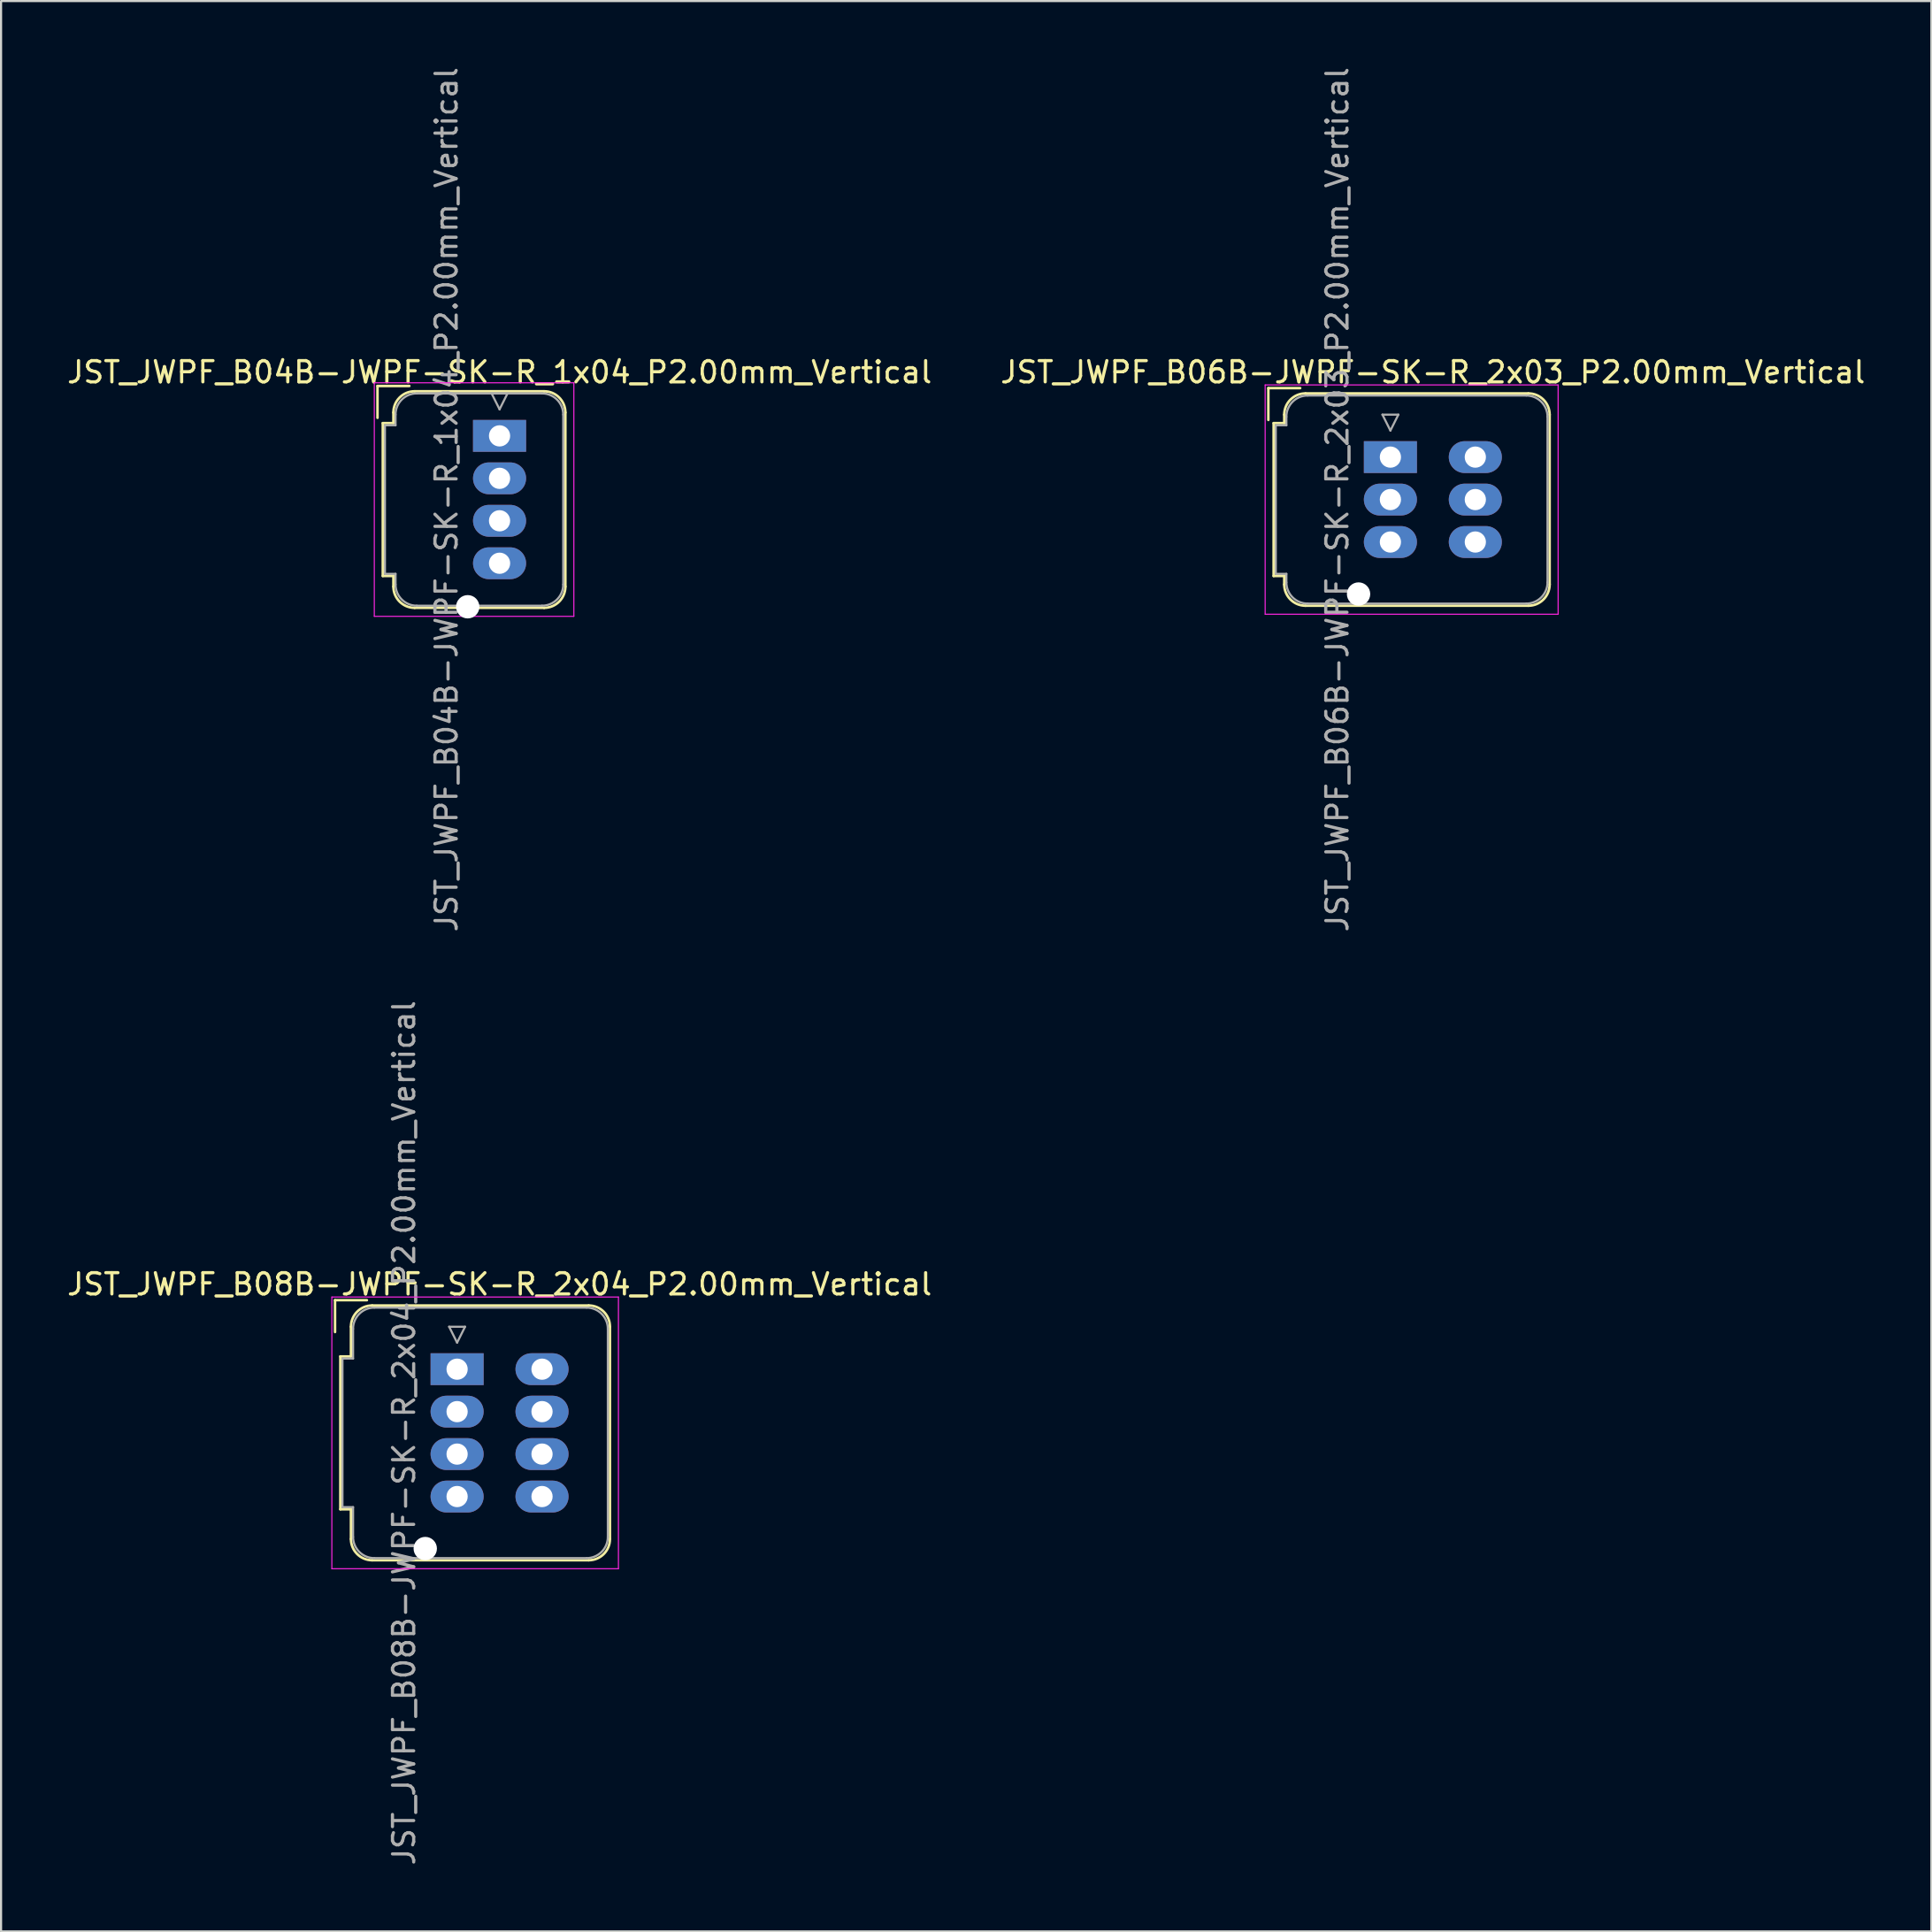
<source format=kicad_pcb>
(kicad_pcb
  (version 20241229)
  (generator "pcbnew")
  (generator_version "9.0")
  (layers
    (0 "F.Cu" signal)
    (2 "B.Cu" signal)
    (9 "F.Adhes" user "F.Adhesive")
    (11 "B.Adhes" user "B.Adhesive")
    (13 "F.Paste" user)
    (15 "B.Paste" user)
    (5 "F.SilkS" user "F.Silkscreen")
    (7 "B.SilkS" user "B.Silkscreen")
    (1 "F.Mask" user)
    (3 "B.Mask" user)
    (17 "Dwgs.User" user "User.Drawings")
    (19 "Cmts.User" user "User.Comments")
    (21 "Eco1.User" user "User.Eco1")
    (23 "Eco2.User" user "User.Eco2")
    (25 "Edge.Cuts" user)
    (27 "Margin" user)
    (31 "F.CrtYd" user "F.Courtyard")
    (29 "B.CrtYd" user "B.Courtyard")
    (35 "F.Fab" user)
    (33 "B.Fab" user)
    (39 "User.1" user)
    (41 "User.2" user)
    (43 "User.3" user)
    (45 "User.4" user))
  (footprint "JST_JWPF_B08B-JWPF-SK-R_2x04_P2.00mm_Vertical"
    (layer "F.Cu")
    (at 18.482 61.446)
    (property "Reference" "JST_JWPF_B08B-JWPF-SK-R_2x04_P2.00mm_Vertical" (at 2 -4 0) (layer "F.SilkS") (effects (font (size 1 1) (thickness 0.15))))
    (attr through_hole)
    (fp_line (start -5.75 -3.25) (end -4.25 -3.25) (stroke (width 0.12) (type solid)) (layer "F.SilkS"))
    (fp_line (start -5.75 -1.75) (end -5.75 -3.25) (stroke (width 0.12) (type solid)) (layer "F.SilkS"))
    (fp_line (start -5.5 -0.6) (end -5.5 6.6) (stroke (width 0.12) (type solid)) (layer "F.SilkS"))
    (fp_line (start -5.5 6.6) (end -5 6.6) (stroke (width 0.12) (type solid)) (layer "F.SilkS"))
    (fp_line (start -5 -2) (end -5 -0.6) (stroke (width 0.12) (type solid)) (layer "F.SilkS"))
    (fp_line (start -5 -0.6) (end -5.5 -0.6) (stroke (width 0.12) (type solid)) (layer "F.SilkS"))
    (fp_line (start -5 6.6) (end -5 8) (stroke (width 0.12) (type solid)) (layer "F.SilkS"))
    (fp_line (start -4 -3) (end 6.2 -3) (stroke (width 0.12) (type solid)) (layer "F.SilkS"))
    (fp_line (start -4 9) (end 6.2 9) (stroke (width 0.12) (type solid)) (layer "F.SilkS"))
    (fp_line (start 7.2 -2) (end 7.2 8) (stroke (width 0.12) (type solid)) (layer "F.SilkS"))
    (fp_arc (start -5 -2) (mid -4.707107 -2.707107) (end -4 -3) (stroke (width 0.12) (type solid)) (layer "F.SilkS"))
    (fp_arc (start -4 9) (mid -4.707107 8.707107) (end -5 8) (stroke (width 0.12) (type solid)) (layer "F.SilkS"))
    (fp_arc (start 6.2 -3) (mid 6.907107 -2.707107) (end 7.2 -2) (stroke (width 0.12) (type solid)) (layer "F.SilkS"))
    (fp_arc (start 7.2 8) (mid 6.907107 8.707107) (end 6.2 9) (stroke (width 0.12) (type solid)) (layer "F.SilkS"))
    (fp_line (start -5.9 -3.4) (end -5.9 9.4) (stroke (width 0.05) (type solid)) (layer "F.CrtYd"))
    (fp_line (start -5.9 9.4) (end 7.6 9.4) (stroke (width 0.05) (type solid)) (layer "F.CrtYd"))
    (fp_line (start 7.6 -3.4) (end -5.9 -3.4) (stroke (width 0.05) (type solid)) (layer "F.CrtYd"))
    (fp_line (start 7.6 9.4) (end 7.6 -3.4) (stroke (width 0.05) (type solid)) (layer "F.CrtYd"))
    (fp_line (start -5.4 -0.5) (end -5.4 6.5) (stroke (width 0.1) (type solid)) (layer "F.Fab"))
    (fp_line (start -5.4 6.5) (end -4.9 6.5) (stroke (width 0.1) (type solid)) (layer "F.Fab"))
    (fp_line (start -4.9 -1.9) (end -4.9 -0.5) (stroke (width 0.1) (type solid)) (layer "F.Fab"))
    (fp_line (start -4.9 -0.5) (end -5.4 -0.5) (stroke (width 0.1) (type solid)) (layer "F.Fab"))
    (fp_line (start -4.9 6.5) (end -4.9 7.9) (stroke (width 0.1) (type solid)) (layer "F.Fab"))
    (fp_line (start -3.9 -2.9) (end 6.1 -2.9) (stroke (width 0.1) (type solid)) (layer "F.Fab"))
    (fp_line (start -3.9 8.9) (end 6.1 8.9) (stroke (width 0.1) (type solid)) (layer "F.Fab"))
    (fp_line (start -0.375 -2) (end 0.375 -2) (stroke (width 0.1) (type solid)) (layer "F.Fab"))
    (fp_line (start 0 -1.25) (end -0.375 -2) (stroke (width 0.1) (type solid)) (layer "F.Fab"))
    (fp_line (start 0.375 -2) (end 0 -1.25) (stroke (width 0.1) (type solid)) (layer "F.Fab"))
    (fp_line (start 7.1 -1.9) (end 7.1 7.9) (stroke (width 0.1) (type solid)) (layer "F.Fab"))
    (fp_arc (start -4.9 -1.9) (mid -4.607107 -2.607107) (end -3.9 -2.9) (stroke (width 0.1) (type solid)) (layer "F.Fab"))
    (fp_arc (start -3.9 8.9) (mid -4.607107 8.607107) (end -4.9 7.9) (stroke (width 0.1) (type solid)) (layer "F.Fab"))
    (fp_arc (start 6.1 -2.9) (mid 6.807107 -2.607107) (end 7.1 -1.9) (stroke (width 0.1) (type solid)) (layer "F.Fab"))
    (fp_arc (start 7.1 7.9) (mid 6.807107 8.607107) (end 6.1 8.9) (stroke (width 0.1) (type solid)) (layer "F.Fab"))
    (fp_text user "${REFERENCE}" (at -2.5 3 90) (layer "F.Fab") (effects (font (size 1 1) (thickness 0.15))))
    (pad "" np_thru_hole circle (at -1.5 8.45) (size 1.1 1.1) (drill 1.1) (layers "*.Cu" "*.Mask"))
    (pad "1" thru_hole rect (at 0 0) (size 2.5 1.5) (drill 1) (layers "*.Cu" "*.Mask"))
    (pad "2" thru_hole oval (at 0 2) (size 2.5 1.5) (drill 1) (layers "*.Cu" "*.Mask"))
    (pad "3" thru_hole oval (at 0 4) (size 2.5 1.5) (drill 1) (layers "*.Cu" "*.Mask"))
    (pad "4" thru_hole oval (at 0 6) (size 2.5 1.5) (drill 1) (layers "*.Cu" "*.Mask"))
    (pad "5" thru_hole oval (at 4 0) (size 2.5 1.5) (drill 1) (layers "*.Cu" "*.Mask"))
    (pad "6" thru_hole oval (at 4 2) (size 2.5 1.5) (drill 1) (layers "*.Cu" "*.Mask"))
    (pad "7" thru_hole oval (at 4 4) (size 2.5 1.5) (drill 1) (layers "*.Cu" "*.Mask"))
    (pad "8" thru_hole oval (at 4 6) (size 2.5 1.5) (drill 1) (layers "*.Cu" "*.Mask")))
  (footprint "JST_JWPF_B06B-JWPF-SK-R_2x03_P2.00mm_Vertical"
    (layer "F.Cu")
    (at 62.446 18.482)
    (property "Reference" "JST_JWPF_B06B-JWPF-SK-R_2x03_P2.00mm_Vertical" (at 2 -4 0) (layer "F.SilkS") (effects (font (size 1 1) (thickness 0.15))))
    (attr through_hole)
    (fp_line (start -5.75 -3.25) (end -4.25 -3.25) (stroke (width 0.12) (type solid)) (layer "F.SilkS"))
    (fp_line (start -5.75 -1.75) (end -5.75 -3.25) (stroke (width 0.12) (type solid)) (layer "F.SilkS"))
    (fp_line (start -5.5 -1.6) (end -5.5 5.6) (stroke (width 0.12) (type solid)) (layer "F.SilkS"))
    (fp_line (start -5.5 5.6) (end -5 5.6) (stroke (width 0.12) (type solid)) (layer "F.SilkS"))
    (fp_line (start -5 -2) (end -5 -1.6) (stroke (width 0.12) (type solid)) (layer "F.SilkS"))
    (fp_line (start -5 -1.6) (end -5.5 -1.6) (stroke (width 0.12) (type solid)) (layer "F.SilkS"))
    (fp_line (start -5 5.6) (end -5 6) (stroke (width 0.12) (type solid)) (layer "F.SilkS"))
    (fp_line (start -4 -3) (end 6.5 -3) (stroke (width 0.12) (type solid)) (layer "F.SilkS"))
    (fp_line (start -4 7) (end 6.5 7) (stroke (width 0.12) (type solid)) (layer "F.SilkS"))
    (fp_line (start 7.5 -2) (end 7.5 6) (stroke (width 0.12) (type solid)) (layer "F.SilkS"))
    (fp_arc (start -5 -2) (mid -4.707107 -2.707107) (end -4 -3) (stroke (width 0.12) (type solid)) (layer "F.SilkS"))
    (fp_arc (start -4 7) (mid -4.707107 6.707107) (end -5 6) (stroke (width 0.12) (type solid)) (layer "F.SilkS"))
    (fp_arc (start 6.5 -3) (mid 7.207107 -2.707107) (end 7.5 -2) (stroke (width 0.12) (type solid)) (layer "F.SilkS"))
    (fp_arc (start 7.5 6) (mid 7.207107 6.707107) (end 6.5 7) (stroke (width 0.12) (type solid)) (layer "F.SilkS"))
    (fp_line (start -5.9 -3.4) (end -5.9 7.4) (stroke (width 0.05) (type solid)) (layer "F.CrtYd"))
    (fp_line (start -5.9 7.4) (end 7.9 7.4) (stroke (width 0.05) (type solid)) (layer "F.CrtYd"))
    (fp_line (start 7.9 -3.4) (end -5.9 -3.4) (stroke (width 0.05) (type solid)) (layer "F.CrtYd"))
    (fp_line (start 7.9 7.4) (end 7.9 -3.4) (stroke (width 0.05) (type solid)) (layer "F.CrtYd"))
    (fp_line (start -5.4 -1.5) (end -5.4 5.5) (stroke (width 0.1) (type solid)) (layer "F.Fab"))
    (fp_line (start -5.4 5.5) (end -4.9 5.5) (stroke (width 0.1) (type solid)) (layer "F.Fab"))
    (fp_line (start -4.9 -1.9) (end -4.9 -1.5) (stroke (width 0.1) (type solid)) (layer "F.Fab"))
    (fp_line (start -4.9 -1.5) (end -5.4 -1.5) (stroke (width 0.1) (type solid)) (layer "F.Fab"))
    (fp_line (start -4.9 5.5) (end -4.9 5.9) (stroke (width 0.1) (type solid)) (layer "F.Fab"))
    (fp_line (start -3.9 -2.9) (end 6.4 -2.9) (stroke (width 0.1) (type solid)) (layer "F.Fab"))
    (fp_line (start -3.9 6.9) (end 6.4 6.9) (stroke (width 0.1) (type solid)) (layer "F.Fab"))
    (fp_line (start -0.375 -2) (end 0.375 -2) (stroke (width 0.1) (type solid)) (layer "F.Fab"))
    (fp_line (start 0 -1.25) (end -0.375 -2) (stroke (width 0.1) (type solid)) (layer "F.Fab"))
    (fp_line (start 0.375 -2) (end 0 -1.25) (stroke (width 0.1) (type solid)) (layer "F.Fab"))
    (fp_line (start 7.4 -1.9) (end 7.4 5.9) (stroke (width 0.1) (type solid)) (layer "F.Fab"))
    (fp_arc (start -4.9 -1.9) (mid -4.607107 -2.607107) (end -3.9 -2.9) (stroke (width 0.1) (type solid)) (layer "F.Fab"))
    (fp_arc (start -3.9 6.9) (mid -4.607107 6.607107) (end -4.9 5.9) (stroke (width 0.1) (type solid)) (layer "F.Fab"))
    (fp_arc (start 6.4 -2.9) (mid 7.107107 -2.607107) (end 7.4 -1.9) (stroke (width 0.1) (type solid)) (layer "F.Fab"))
    (fp_arc (start 7.4 5.9) (mid 7.107107 6.607107) (end 6.4 6.9) (stroke (width 0.1) (type solid)) (layer "F.Fab"))
    (fp_text user "${REFERENCE}" (at -2.5 2 90) (layer "F.Fab") (effects (font (size 1 1) (thickness 0.15))))
    (pad "" np_thru_hole circle (at -1.5 6.45) (size 1.1 1.1) (drill 1.1) (layers "*.Cu" "*.Mask"))
    (pad "1" thru_hole rect (at 0 0) (size 2.5 1.5) (drill 1) (layers "*.Cu" "*.Mask"))
    (pad "2" thru_hole oval (at 0 2) (size 2.5 1.5) (drill 1) (layers "*.Cu" "*.Mask"))
    (pad "3" thru_hole oval (at 0 4) (size 2.5 1.5) (drill 1) (layers "*.Cu" "*.Mask"))
    (pad "4" thru_hole oval (at 4 0) (size 2.5 1.5) (drill 1) (layers "*.Cu" "*.Mask"))
    (pad "5" thru_hole oval (at 4 2) (size 2.5 1.5) (drill 1) (layers "*.Cu" "*.Mask"))
    (pad "6" thru_hole oval (at 4 4) (size 2.5 1.5) (drill 1) (layers "*.Cu" "*.Mask")))
  (footprint "JST_JWPF_B04B-JWPF-SK-R_1x04_P2.00mm_Vertical"
    (layer "F.Cu")
    (at 20.482 17.482)
    (property "Reference" "JST_JWPF_B04B-JWPF-SK-R_1x04_P2.00mm_Vertical" (at 0 -3 0) (layer "F.SilkS") (effects (font (size 1 1) (thickness 0.15))))
    (attr through_hole)
    (fp_line (start -5.75 -2.35) (end -4.25 -2.35) (stroke (width 0.12) (type solid)) (layer "F.SilkS"))
    (fp_line (start -5.75 -0.85) (end -5.75 -2.35) (stroke (width 0.12) (type solid)) (layer "F.SilkS"))
    (fp_line (start -5.5 -0.6) (end -5.5 6.6) (stroke (width 0.12) (type solid)) (layer "F.SilkS"))
    (fp_line (start -5.5 6.6) (end -5 6.6) (stroke (width 0.12) (type solid)) (layer "F.SilkS"))
    (fp_line (start -5 -1.1) (end -5 -0.6) (stroke (width 0.12) (type solid)) (layer "F.SilkS"))
    (fp_line (start -5 -0.6) (end -5.5 -0.6) (stroke (width 0.12) (type solid)) (layer "F.SilkS"))
    (fp_line (start -5 6.6) (end -5 7.1) (stroke (width 0.12) (type solid)) (layer "F.SilkS"))
    (fp_line (start -4 -2.1) (end 2.1 -2.1) (stroke (width 0.12) (type solid)) (layer "F.SilkS"))
    (fp_line (start -4 8.1) (end 2.1 8.1) (stroke (width 0.12) (type solid)) (layer "F.SilkS"))
    (fp_line (start 3.1 -1.1) (end 3.1 7.1) (stroke (width 0.12) (type solid)) (layer "F.SilkS"))
    (fp_arc (start -5 -1.1) (mid -4.707107 -1.807107) (end -4 -2.1) (stroke (width 0.12) (type solid)) (layer "F.SilkS"))
    (fp_arc (start -4 8.1) (mid -4.707107 7.807107) (end -5 7.1) (stroke (width 0.12) (type solid)) (layer "F.SilkS"))
    (fp_arc (start 2.1 -2.1) (mid 2.807107 -1.807107) (end 3.1 -1.1) (stroke (width 0.12) (type solid)) (layer "F.SilkS"))
    (fp_arc (start 3.1 7.1) (mid 2.807107 7.807107) (end 2.1 8.1) (stroke (width 0.12) (type solid)) (layer "F.SilkS"))
    (fp_line (start -5.9 -2.5) (end -5.9 8.5) (stroke (width 0.05) (type solid)) (layer "F.CrtYd"))
    (fp_line (start -5.9 8.5) (end 3.5 8.5) (stroke (width 0.05) (type solid)) (layer "F.CrtYd"))
    (fp_line (start 3.5 -2.5) (end -5.9 -2.5) (stroke (width 0.05) (type solid)) (layer "F.CrtYd"))
    (fp_line (start 3.5 8.5) (end 3.5 -2.5) (stroke (width 0.05) (type solid)) (layer "F.CrtYd"))
    (fp_line (start -5.4 -0.5) (end -5.4 6.5) (stroke (width 0.1) (type solid)) (layer "F.Fab"))
    (fp_line (start -5.4 6.5) (end -4.9 6.5) (stroke (width 0.1) (type solid)) (layer "F.Fab"))
    (fp_line (start -4.9 -1) (end -4.9 -0.5) (stroke (width 0.1) (type solid)) (layer "F.Fab"))
    (fp_line (start -4.9 -0.5) (end -5.4 -0.5) (stroke (width 0.1) (type solid)) (layer "F.Fab"))
    (fp_line (start -4.9 6.5) (end -4.9 7) (stroke (width 0.1) (type solid)) (layer "F.Fab"))
    (fp_line (start -3.9 -2) (end 2 -2) (stroke (width 0.1) (type solid)) (layer "F.Fab"))
    (fp_line (start -3.9 8) (end 2 8) (stroke (width 0.1) (type solid)) (layer "F.Fab"))
    (fp_line (start -0.375 -2) (end 0.375 -2) (stroke (width 0.1) (type solid)) (layer "F.Fab"))
    (fp_line (start 0 -1.25) (end -0.375 -2) (stroke (width 0.1) (type solid)) (layer "F.Fab"))
    (fp_line (start 0.375 -2) (end 0 -1.25) (stroke (width 0.1) (type solid)) (layer "F.Fab"))
    (fp_line (start 3 -1) (end 3 7) (stroke (width 0.1) (type solid)) (layer "F.Fab"))
    (fp_arc (start -4.9 -1) (mid -4.607107 -1.707107) (end -3.9 -2) (stroke (width 0.1) (type solid)) (layer "F.Fab"))
    (fp_arc (start -3.9 8) (mid -4.607107 7.707107) (end -4.9 7) (stroke (width 0.1) (type solid)) (layer "F.Fab"))
    (fp_arc (start 2 -2) (mid 2.707107 -1.707107) (end 3 -1) (stroke (width 0.1) (type solid)) (layer "F.Fab"))
    (fp_arc (start 3 7) (mid 2.707107 7.707107) (end 2 8) (stroke (width 0.1) (type solid)) (layer "F.Fab"))
    (fp_text user "${REFERENCE}" (at -2.5 3 90) (layer "F.Fab") (effects (font (size 1 1) (thickness 0.15))))
    (pad "" np_thru_hole circle (at -1.5 8.05) (size 1.1 1.1) (drill 1.1) (layers "*.Cu" "*.Mask"))
    (pad "1" thru_hole rect (at 0 0) (size 2.5 1.5) (drill 1) (layers "*.Cu" "*.Mask"))
    (pad "2" thru_hole oval (at 0 2) (size 2.5 1.5) (drill 1) (layers "*.Cu" "*.Mask"))
    (pad "3" thru_hole oval (at 0 4) (size 2.5 1.5) (drill 1) (layers "*.Cu" "*.Mask"))
    (pad "4" thru_hole oval (at 0 6) (size 2.5 1.5) (drill 1) (layers "*.Cu" "*.Mask")))
  (gr_rect
    (start -3 -3)
    (end 87.929 87.929)
    (stroke (width 0.1) (type default))
    (fill no)
    (layer "Edge.Cuts")))
</source>
